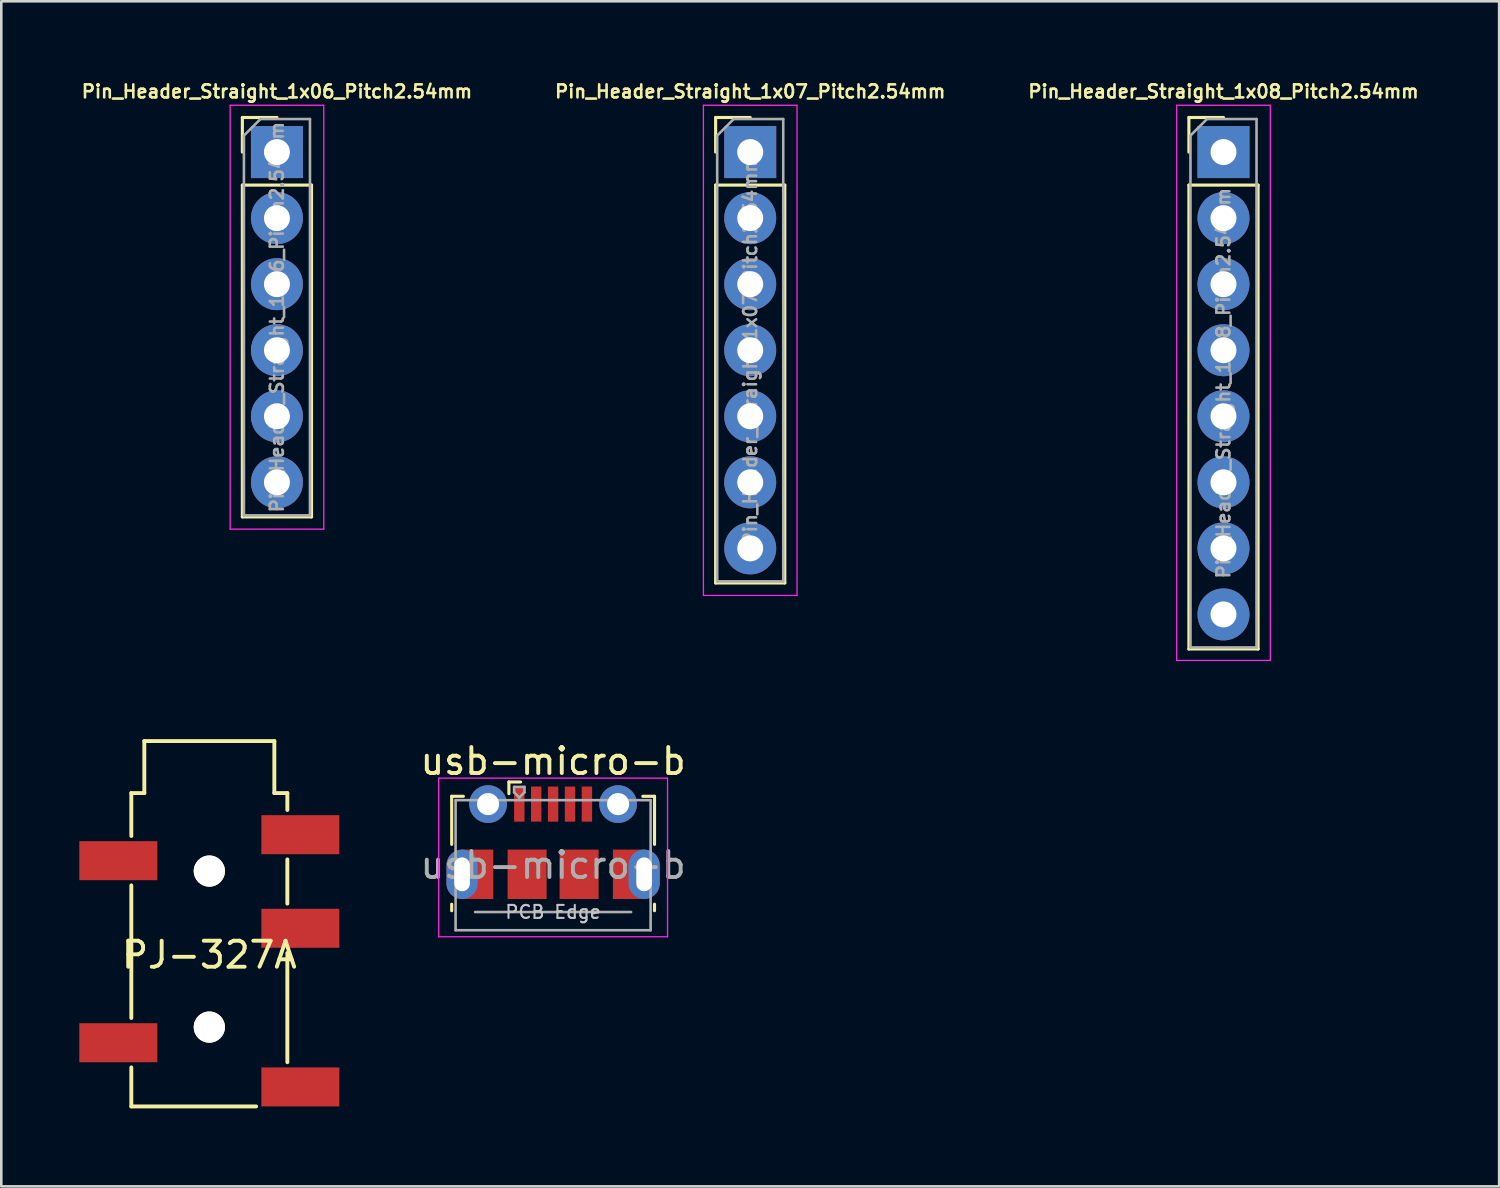
<source format=kicad_pcb>
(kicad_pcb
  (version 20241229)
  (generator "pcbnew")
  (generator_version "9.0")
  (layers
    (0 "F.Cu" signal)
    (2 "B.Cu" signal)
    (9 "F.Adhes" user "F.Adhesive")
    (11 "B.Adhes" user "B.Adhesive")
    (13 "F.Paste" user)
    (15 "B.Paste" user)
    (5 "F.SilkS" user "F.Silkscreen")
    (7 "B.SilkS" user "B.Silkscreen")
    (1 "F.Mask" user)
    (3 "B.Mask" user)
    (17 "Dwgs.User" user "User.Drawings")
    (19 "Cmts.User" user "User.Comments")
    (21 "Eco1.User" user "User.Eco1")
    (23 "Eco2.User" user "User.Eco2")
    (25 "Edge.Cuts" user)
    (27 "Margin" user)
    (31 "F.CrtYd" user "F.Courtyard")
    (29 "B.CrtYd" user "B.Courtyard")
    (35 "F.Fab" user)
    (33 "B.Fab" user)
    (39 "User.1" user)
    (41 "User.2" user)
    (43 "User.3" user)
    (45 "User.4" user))
  (footprint "usb-micro-b"
    (layer "F.Cu")
    (at 18.22 29.334)
    (property "Reference" "usb-micro-b" (at 0 -3.112 0) (layer "F.SilkS") (effects (font (size 1 1) (thickness 0.15))))
    (attr smd)
    (fp_line (start -3.9 -1.762) (end -3.45 -1.762) (stroke (width 0.12) (type solid)) (layer "F.SilkS"))
    (fp_line (start -3.9 0.087) (end -3.9 -1.762) (stroke (width 0.12) (type solid)) (layer "F.SilkS"))
    (fp_line (start -3.9 2.638) (end -3.9 2.388) (stroke (width 0.12) (type solid)) (layer "F.SilkS"))
    (fp_line (start -1.7 -2.312) (end -1.7 -1.863) (stroke (width 0.12) (type solid)) (layer "F.SilkS"))
    (fp_line (start -1.7 -2.312) (end -1.25 -2.312) (stroke (width 0.12) (type solid)) (layer "F.SilkS"))
    (fp_line (start 3.9 -1.762) (end 3.45 -1.762) (stroke (width 0.12) (type solid)) (layer "F.SilkS"))
    (fp_line (start 3.9 0.087) (end 3.9 -1.762) (stroke (width 0.12) (type solid)) (layer "F.SilkS"))
    (fp_line (start 3.9 2.638) (end 3.9 2.388) (stroke (width 0.12) (type solid)) (layer "F.SilkS"))
    (fp_line (start -4.4 -2.46) (end 4.4 -2.46) (stroke (width 0.05) (type solid)) (layer "F.CrtYd"))
    (fp_line (start -4.4 3.64) (end -4.4 -2.46) (stroke (width 0.05) (type solid)) (layer "F.CrtYd"))
    (fp_line (start -4.4 3.64) (end 4.4 3.64) (stroke (width 0.05) (type solid)) (layer "F.CrtYd"))
    (fp_line (start 4.4 -2.46) (end 4.4 3.64) (stroke (width 0.05) (type solid)) (layer "F.CrtYd"))
    (fp_line (start -3.75 -1.613) (end 3.75 -1.613) (stroke (width 0.1) (type solid)) (layer "F.Fab"))
    (fp_line (start -3.75 3.388) (end -3.75 -1.613) (stroke (width 0.1) (type solid)) (layer "F.Fab"))
    (fp_line (start -3.75 3.389) (end 3.75 3.389) (stroke (width 0.1) (type solid)) (layer "F.Fab"))
    (fp_line (start -3 2.689) (end 3 2.689) (stroke (width 0.1) (type solid)) (layer "F.Fab"))
    (fp_line (start -1.5 -2.123) (end -1.5 -1.913) (stroke (width 0.1) (type solid)) (layer "F.Fab"))
    (fp_line (start -1.5 -2.123) (end -1.1 -2.123) (stroke (width 0.1) (type solid)) (layer "F.Fab"))
    (fp_line (start -1.3 -1.712) (end -1.5 -1.913) (stroke (width 0.1) (type solid)) (layer "F.Fab"))
    (fp_line (start -1.1 -2.123) (end -1.1 -1.913) (stroke (width 0.1) (type solid)) (layer "F.Fab"))
    (fp_line (start -1.1 -1.913) (end -1.3 -1.712) (stroke (width 0.1) (type solid)) (layer "F.Fab"))
    (fp_line (start 3.75 3.388) (end 3.75 -1.613) (stroke (width 0.1) (type solid)) (layer "F.Fab"))
    (fp_text user "PCB Edge" (at 0 2.688 0) (layer "Dwgs.User") (effects (font (size 0.5 0.5) (thickness 0.08))))
    (fp_text user "${REFERENCE}" (at 0 0.887 180) (layer "F.Fab") (effects (font (size 1 1) (thickness 0.15))))
    (pad "1" smd rect (at 1.3 -1.462) (size 0.4 1.35) (layers "F.Cu" "F.Mask" "F.Paste"))
    (pad "2" smd rect (at 0.65 -1.462) (size 0.4 1.35) (layers "F.Cu" "F.Mask" "F.Paste"))
    (pad "3" smd rect (at 0 -1.462) (size 0.4 1.35) (layers "F.Cu" "F.Mask" "F.Paste"))
    (pad "4" smd rect (at -0.65 -1.462) (size 0.4 1.35) (layers "F.Cu" "F.Mask" "F.Paste"))
    (pad "5" smd rect (at -1.3 -1.462) (size 0.4 1.35) (layers "F.Cu" "F.Mask" "F.Paste"))
    (pad "6" thru_hole oval (at -3.5 1.238 180) (size 1.2 1.9) (drill oval 0.6 1.3) (layers "*.Cu" "*.Mask"))
    (pad "6" smd rect (at -2.9 1.238) (size 1.2 1.9) (layers "F.Cu" "F.Mask"))
    (pad "6" thru_hole circle (at -2.5 -1.462) (size 1.45 1.45) (drill 0.85) (layers "*.Cu" "*.Mask"))
    (pad "6" smd rect (at -1 1.238) (size 1.5 1.9) (layers "F.Cu" "F.Mask" "F.Paste"))
    (pad "6" smd rect (at 1 1.238) (size 1.5 1.9) (layers "F.Cu" "F.Mask" "F.Paste"))
    (pad "6" thru_hole circle (at 2.5 -1.462) (size 1.45 1.45) (drill 0.85) (layers "*.Cu" "*.Mask"))
    (pad "6" smd rect (at 2.9 1.238) (size 1.2 1.9) (layers "F.Cu" "F.Mask"))
    (pad "6" thru_hole oval (at 3.5 1.238) (size 1.2 1.9) (drill oval 0.6 1.3) (layers "*.Cu" "*.Mask")))
  (footprint "Pin_Header_Straight_1x08_Pitch2.54mm"
    (layer "F.Cu")
    (at 44 2.798)
    (property "Reference" "Pin_Header_Straight_1x08_Pitch2.54mm" (at 0 -2.33 0) (layer "F.SilkS") (effects (font (size 0.5 0.5) (thickness 0.1))))
    (attr through_hole)
    (fp_line (start -1.33 -1.33) (end 0 -1.33) (stroke (width 0.12) (type solid)) (layer "F.SilkS"))
    (fp_line (start -1.33 0) (end -1.33 -1.33) (stroke (width 0.12) (type solid)) (layer "F.SilkS"))
    (fp_line (start -1.33 1.27) (end -1.33 19.11) (stroke (width 0.12) (type solid)) (layer "F.SilkS"))
    (fp_line (start -1.33 1.27) (end 1.33 1.27) (stroke (width 0.12) (type solid)) (layer "F.SilkS"))
    (fp_line (start -1.33 19.11) (end 1.33 19.11) (stroke (width 0.12) (type solid)) (layer "F.SilkS"))
    (fp_line (start 1.33 1.27) (end 1.33 19.11) (stroke (width 0.12) (type solid)) (layer "F.SilkS"))
    (fp_line (start -1.8 -1.8) (end -1.8 19.55) (stroke (width 0.05) (type solid)) (layer "F.CrtYd"))
    (fp_line (start -1.8 19.55) (end 1.8 19.55) (stroke (width 0.05) (type solid)) (layer "F.CrtYd"))
    (fp_line (start 1.8 -1.8) (end -1.8 -1.8) (stroke (width 0.05) (type solid)) (layer "F.CrtYd"))
    (fp_line (start 1.8 19.55) (end 1.8 -1.8) (stroke (width 0.05) (type solid)) (layer "F.CrtYd"))
    (fp_line (start -1.27 -0.635) (end -0.635 -1.27) (stroke (width 0.1) (type solid)) (layer "F.Fab"))
    (fp_line (start -1.27 19.05) (end -1.27 -0.635) (stroke (width 0.1) (type solid)) (layer "F.Fab"))
    (fp_line (start -0.635 -1.27) (end 1.27 -1.27) (stroke (width 0.1) (type solid)) (layer "F.Fab"))
    (fp_line (start 1.27 -1.27) (end 1.27 19.05) (stroke (width 0.1) (type solid)) (layer "F.Fab"))
    (fp_line (start 1.27 19.05) (end -1.27 19.05) (stroke (width 0.1) (type solid)) (layer "F.Fab"))
    (fp_text user "${REFERENCE}" (at 0 8.89 90) (layer "F.Fab") (effects (font (size 0.5 0.5) (thickness 0.1))))
    (pad "1" thru_hole rect (at 0 0) (size 2 2) (drill 1) (layers "*.Cu" "*.Mask"))
    (pad "2" thru_hole oval (at 0 2.54) (size 2 2) (drill 1) (layers "*.Cu" "*.Mask"))
    (pad "3" thru_hole oval (at 0 5.08) (size 2 2) (drill 1) (layers "*.Cu" "*.Mask"))
    (pad "4" thru_hole oval (at 0 7.62) (size 2 2) (drill 1) (layers "*.Cu" "*.Mask"))
    (pad "5" thru_hole oval (at 0 10.16) (size 2 2) (drill 1) (layers "*.Cu" "*.Mask"))
    (pad "6" thru_hole oval (at 0 12.7) (size 2 2) (drill 1) (layers "*.Cu" "*.Mask"))
    (pad "7" thru_hole oval (at 0 15.24) (size 2 2) (drill 1) (layers "*.Cu" "*.Mask"))
    (pad "8" thru_hole oval (at 0 17.78) (size 2 2) (drill 1) (layers "*.Cu" "*.Mask")))
  (footprint "Pin_Header_Straight_1x07_Pitch2.54mm"
    (layer "F.Cu")
    (at 25.8 2.798)
    (property "Reference" "Pin_Header_Straight_1x07_Pitch2.54mm" (at 0 -2.33 0) (layer "F.SilkS") (effects (font (size 0.5 0.5) (thickness 0.1))))
    (attr through_hole)
    (fp_line (start -1.33 -1.33) (end 0 -1.33) (stroke (width 0.12) (type solid)) (layer "F.SilkS"))
    (fp_line (start -1.33 0) (end -1.33 -1.33) (stroke (width 0.12) (type solid)) (layer "F.SilkS"))
    (fp_line (start -1.33 1.27) (end -1.33 16.57) (stroke (width 0.12) (type solid)) (layer "F.SilkS"))
    (fp_line (start -1.33 1.27) (end 1.33 1.27) (stroke (width 0.12) (type solid)) (layer "F.SilkS"))
    (fp_line (start -1.33 16.57) (end 1.33 16.57) (stroke (width 0.12) (type solid)) (layer "F.SilkS"))
    (fp_line (start 1.33 1.27) (end 1.33 16.57) (stroke (width 0.12) (type solid)) (layer "F.SilkS"))
    (fp_line (start -1.8 -1.8) (end -1.8 17.05) (stroke (width 0.05) (type solid)) (layer "F.CrtYd"))
    (fp_line (start -1.8 17.05) (end 1.8 17.05) (stroke (width 0.05) (type solid)) (layer "F.CrtYd"))
    (fp_line (start 1.8 -1.8) (end -1.8 -1.8) (stroke (width 0.05) (type solid)) (layer "F.CrtYd"))
    (fp_line (start 1.8 17.05) (end 1.8 -1.8) (stroke (width 0.05) (type solid)) (layer "F.CrtYd"))
    (fp_line (start -1.27 -0.635) (end -0.635 -1.27) (stroke (width 0.1) (type solid)) (layer "F.Fab"))
    (fp_line (start -1.27 16.51) (end -1.27 -0.635) (stroke (width 0.1) (type solid)) (layer "F.Fab"))
    (fp_line (start -0.635 -1.27) (end 1.27 -1.27) (stroke (width 0.1) (type solid)) (layer "F.Fab"))
    (fp_line (start 1.27 -1.27) (end 1.27 16.51) (stroke (width 0.1) (type solid)) (layer "F.Fab"))
    (fp_line (start 1.27 16.51) (end -1.27 16.51) (stroke (width 0.1) (type solid)) (layer "F.Fab"))
    (fp_text user "${REFERENCE}" (at 0 7.62 90) (layer "F.Fab") (effects (font (size 0.5 0.5) (thickness 0.1))))
    (pad "1" thru_hole rect (at 0 0) (size 2 2) (drill 1) (layers "*.Cu" "*.Mask"))
    (pad "2" thru_hole oval (at 0 2.54) (size 2 2) (drill 1) (layers "*.Cu" "*.Mask"))
    (pad "3" thru_hole oval (at 0 5.08) (size 2 2) (drill 1) (layers "*.Cu" "*.Mask"))
    (pad "4" thru_hole oval (at 0 7.62) (size 2 2) (drill 1) (layers "*.Cu" "*.Mask"))
    (pad "5" thru_hole oval (at 0 10.16) (size 2 2) (drill 1) (layers "*.Cu" "*.Mask"))
    (pad "6" thru_hole oval (at 0 12.7) (size 2 2) (drill 1) (layers "*.Cu" "*.Mask"))
    (pad "7" thru_hole oval (at 0 15.24) (size 2 2) (drill 1) (layers "*.Cu" "*.Mask")))
  (footprint "PJ-327A"
    (layer "F.Cu")
    (at 5 27.448)
    (property "Reference" "PJ-327A" (at 0 6.223 0) (layer "F.SilkS") (effects (font (size 1 1) (thickness 0.15))))
    (attr through_hole)
    (fp_line (start -3 0) (end -3 1.65) (stroke (width 0.15) (type solid)) (layer "F.SilkS"))
    (fp_line (start -3 3.55) (end -3 8.65) (stroke (width 0.15) (type solid)) (layer "F.SilkS"))
    (fp_line (start -3 10.55) (end -3 12.05) (stroke (width 0.15) (type solid)) (layer "F.SilkS"))
    (fp_line (start -3 12.05) (end 1.8 12.05) (stroke (width 0.15) (type solid)) (layer "F.SilkS"))
    (fp_line (start -2.5 -2) (end -2.5 0) (stroke (width 0.15) (type solid)) (layer "F.SilkS"))
    (fp_line (start -2.5 0) (end -3 0) (stroke (width 0.15) (type solid)) (layer "F.SilkS"))
    (fp_line (start 2.5 -2) (end -2.5 -2) (stroke (width 0.15) (type solid)) (layer "F.SilkS"))
    (fp_line (start 2.5 0) (end 2.5 -2) (stroke (width 0.15) (type solid)) (layer "F.SilkS"))
    (fp_line (start 3 0) (end 2.5 0) (stroke (width 0.15) (type solid)) (layer "F.SilkS"))
    (fp_line (start 3 0.65) (end 3 0) (stroke (width 0.15) (type solid)) (layer "F.SilkS"))
    (fp_line (start 3 2.55) (end 3 4.25) (stroke (width 0.15) (type solid)) (layer "F.SilkS"))
    (fp_line (start 3 6.15) (end 3 10.35) (stroke (width 0.15) (type solid)) (layer "F.SilkS"))
    (pad "" np_thru_hole circle (at 0 3) (size 1.2 1.2) (drill 1.2) (layers "*.Cu" "*.Mask" "F.SilkS"))
    (pad "" np_thru_hole circle (at 0 9) (size 1.2 1.2) (drill 1.2) (layers "*.Cu" "*.Mask" "F.SilkS"))
    (pad "1" smd rect (at -3.5 9.6) (size 3 1.5) (layers "F.Cu" "F.Mask" "F.Paste"))
    (pad "2" smd rect (at 3.5 5.2) (size 3 1.5) (layers "F.Cu" "F.Mask" "F.Paste"))
    (pad "3" smd rect (at -3.5 2.6) (size 3 1.5) (layers "F.Cu" "F.Mask" "F.Paste"))
    (pad "4" smd rect (at 3.5 1.6) (size 3 1.5) (layers "F.Cu" "F.Mask" "F.Paste"))
    (pad "6" smd rect (at 3.5 11.3) (size 3 1.5) (layers "F.Cu" "F.Mask" "F.Paste")))
  (footprint "Pin_Header_Straight_1x06_Pitch2.54mm"
    (layer "F.Cu")
    (at 7.6 2.798)
    (property "Reference" "Pin_Header_Straight_1x06_Pitch2.54mm" (at 0 -2.33 0) (layer "F.SilkS") (effects (font (size 0.5 0.5) (thickness 0.1))))
    (attr through_hole)
    (fp_line (start -1.33 -1.33) (end 0 -1.33) (stroke (width 0.12) (type solid)) (layer "F.SilkS"))
    (fp_line (start -1.33 0) (end -1.33 -1.33) (stroke (width 0.12) (type solid)) (layer "F.SilkS"))
    (fp_line (start -1.33 1.27) (end -1.33 14.03) (stroke (width 0.12) (type solid)) (layer "F.SilkS"))
    (fp_line (start -1.33 1.27) (end 1.33 1.27) (stroke (width 0.12) (type solid)) (layer "F.SilkS"))
    (fp_line (start -1.33 14.03) (end 1.33 14.03) (stroke (width 0.12) (type solid)) (layer "F.SilkS"))
    (fp_line (start 1.33 1.27) (end 1.33 14.03) (stroke (width 0.12) (type solid)) (layer "F.SilkS"))
    (fp_line (start -1.8 -1.8) (end -1.8 14.5) (stroke (width 0.05) (type solid)) (layer "F.CrtYd"))
    (fp_line (start -1.8 14.5) (end 1.8 14.5) (stroke (width 0.05) (type solid)) (layer "F.CrtYd"))
    (fp_line (start 1.8 -1.8) (end -1.8 -1.8) (stroke (width 0.05) (type solid)) (layer "F.CrtYd"))
    (fp_line (start 1.8 14.5) (end 1.8 -1.8) (stroke (width 0.05) (type solid)) (layer "F.CrtYd"))
    (fp_line (start -1.27 -0.635) (end -0.635 -1.27) (stroke (width 0.1) (type solid)) (layer "F.Fab"))
    (fp_line (start -1.27 13.97) (end -1.27 -0.635) (stroke (width 0.1) (type solid)) (layer "F.Fab"))
    (fp_line (start -0.635 -1.27) (end 1.27 -1.27) (stroke (width 0.1) (type solid)) (layer "F.Fab"))
    (fp_line (start 1.27 -1.27) (end 1.27 13.97) (stroke (width 0.1) (type solid)) (layer "F.Fab"))
    (fp_line (start 1.27 13.97) (end -1.27 13.97) (stroke (width 0.1) (type solid)) (layer "F.Fab"))
    (fp_text user "${REFERENCE}" (at 0 6.35 90) (layer "F.Fab") (effects (font (size 0.5 0.5) (thickness 0.1))))
    (pad "1" thru_hole rect (at 0 0) (size 2 2) (drill 1) (layers "*.Cu" "*.Mask"))
    (pad "2" thru_hole oval (at 0 2.54) (size 2 2) (drill 1) (layers "*.Cu" "*.Mask"))
    (pad "3" thru_hole oval (at 0 5.08) (size 2 2) (drill 1) (layers "*.Cu" "*.Mask"))
    (pad "4" thru_hole oval (at 0 7.62) (size 2 2) (drill 1) (layers "*.Cu" "*.Mask"))
    (pad "5" thru_hole oval (at 0 10.16) (size 2 2) (drill 1) (layers "*.Cu" "*.Mask"))
    (pad "6" thru_hole oval (at 0 12.7) (size 2 2) (drill 1) (layers "*.Cu" "*.Mask")))
  (gr_rect
    (start -3 -3)
    (end 54.6 42.573)
    (stroke (width 0.1) (type default))
    (fill no)
    (layer "Edge.Cuts")))
</source>
